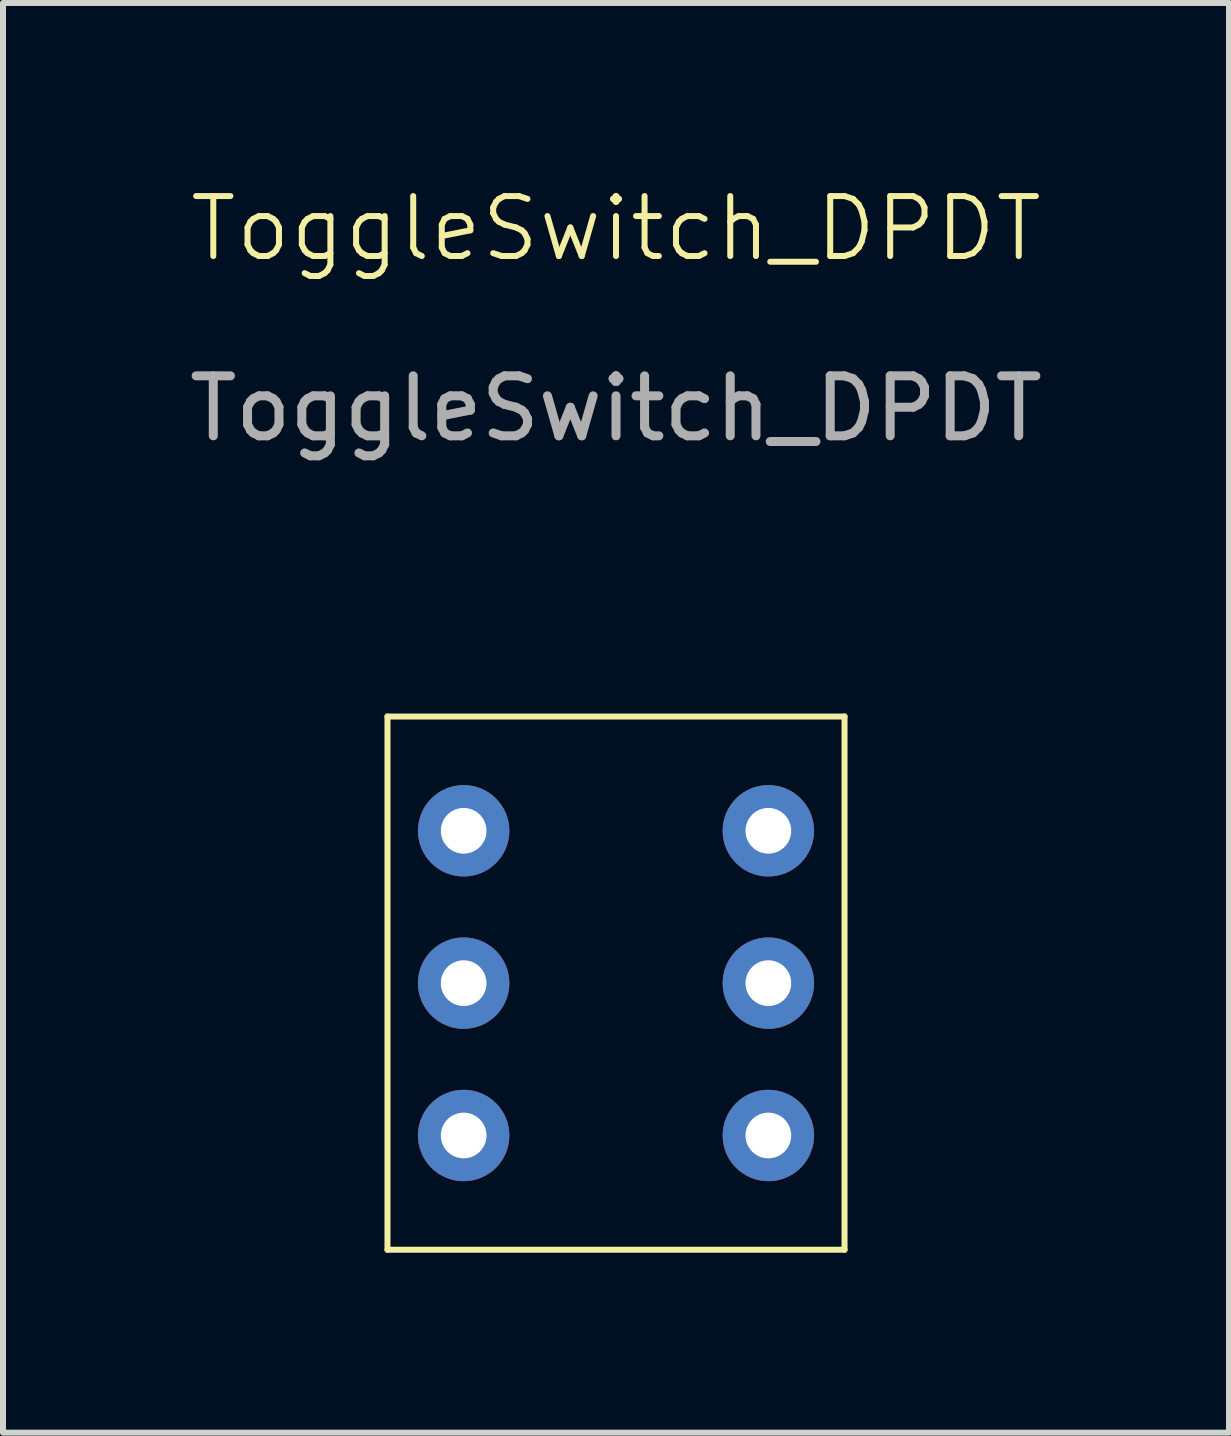
<source format=kicad_pcb>
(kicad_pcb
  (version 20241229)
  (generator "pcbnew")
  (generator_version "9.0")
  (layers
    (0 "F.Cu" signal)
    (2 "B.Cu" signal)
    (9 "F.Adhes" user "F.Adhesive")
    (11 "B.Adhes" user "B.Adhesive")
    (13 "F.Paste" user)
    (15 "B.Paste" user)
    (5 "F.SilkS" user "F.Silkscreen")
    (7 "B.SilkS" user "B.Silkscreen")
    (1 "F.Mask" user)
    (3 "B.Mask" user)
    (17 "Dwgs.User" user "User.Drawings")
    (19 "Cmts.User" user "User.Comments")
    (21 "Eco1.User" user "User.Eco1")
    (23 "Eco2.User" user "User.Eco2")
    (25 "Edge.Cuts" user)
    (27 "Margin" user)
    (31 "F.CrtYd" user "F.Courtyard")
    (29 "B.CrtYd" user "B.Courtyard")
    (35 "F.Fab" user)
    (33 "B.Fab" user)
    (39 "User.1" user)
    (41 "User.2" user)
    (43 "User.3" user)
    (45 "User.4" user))
  (footprint "ToggleSwitch_DPDT"
    (layer "F.Cu")
    (at 7.22 8.261)
    (property "Reference" "ToggleSwitch_DPDT" (at 0 -7.5 0) (unlocked yes) (layer "F.SilkS") (effects (font (size 1 1) (thickness 0.1))))
    (attr through_hole)
    (fp_rect (start -3.81 0.635) (end -3.81 9.525) (stroke (width 0.1) (type default)) (fill no) (layer "F.SilkS"))
    (fp_rect (start -3.81 0.635) (end 3.81 0.635) (stroke (width 0.1) (type default)) (fill no) (layer "F.SilkS"))
    (fp_rect (start -3.81 9.525) (end 3.81 9.525) (stroke (width 0.1) (type default)) (fill no) (layer "F.SilkS"))
    (fp_rect (start 3.81 0.635) (end 3.81 9.525) (stroke (width 0.1) (type default)) (fill no) (layer "F.SilkS"))
    (fp_text user "${REFERENCE}" (at 0 -4.5 0) (unlocked yes) (layer "F.Fab") (effects (font (size 1 1) (thickness 0.15))))
    (pad "1" thru_hole circle (at -2.54 2.54) (size 1.524 1.524) (drill 0.762) (layers "*.Cu" "*.Mask"))
    (pad "2" thru_hole circle (at -2.54 5.08) (size 1.524 1.524) (drill 0.762) (layers "*.Cu" "*.Mask"))
    (pad "3" thru_hole circle (at -2.54 7.62) (size 1.524 1.524) (drill 0.762) (layers "*.Cu" "*.Mask"))
    (pad "4" thru_hole circle (at 2.54 2.54) (size 1.524 1.524) (drill 0.762) (layers "*.Cu" "*.Mask"))
    (pad "5" thru_hole circle (at 2.54 5.08) (size 1.524 1.524) (drill 0.762) (layers "*.Cu" "*.Mask"))
    (pad "6" thru_hole circle (at 2.54 7.62) (size 1.524 1.524) (drill 0.762) (layers "*.Cu" "*.Mask")))
  (gr_rect
    (start -3 -3)
    (end 17.44 20.835)
    (stroke (width 0.1) (type default))
    (fill no)
    (layer "Edge.Cuts")))
</source>
